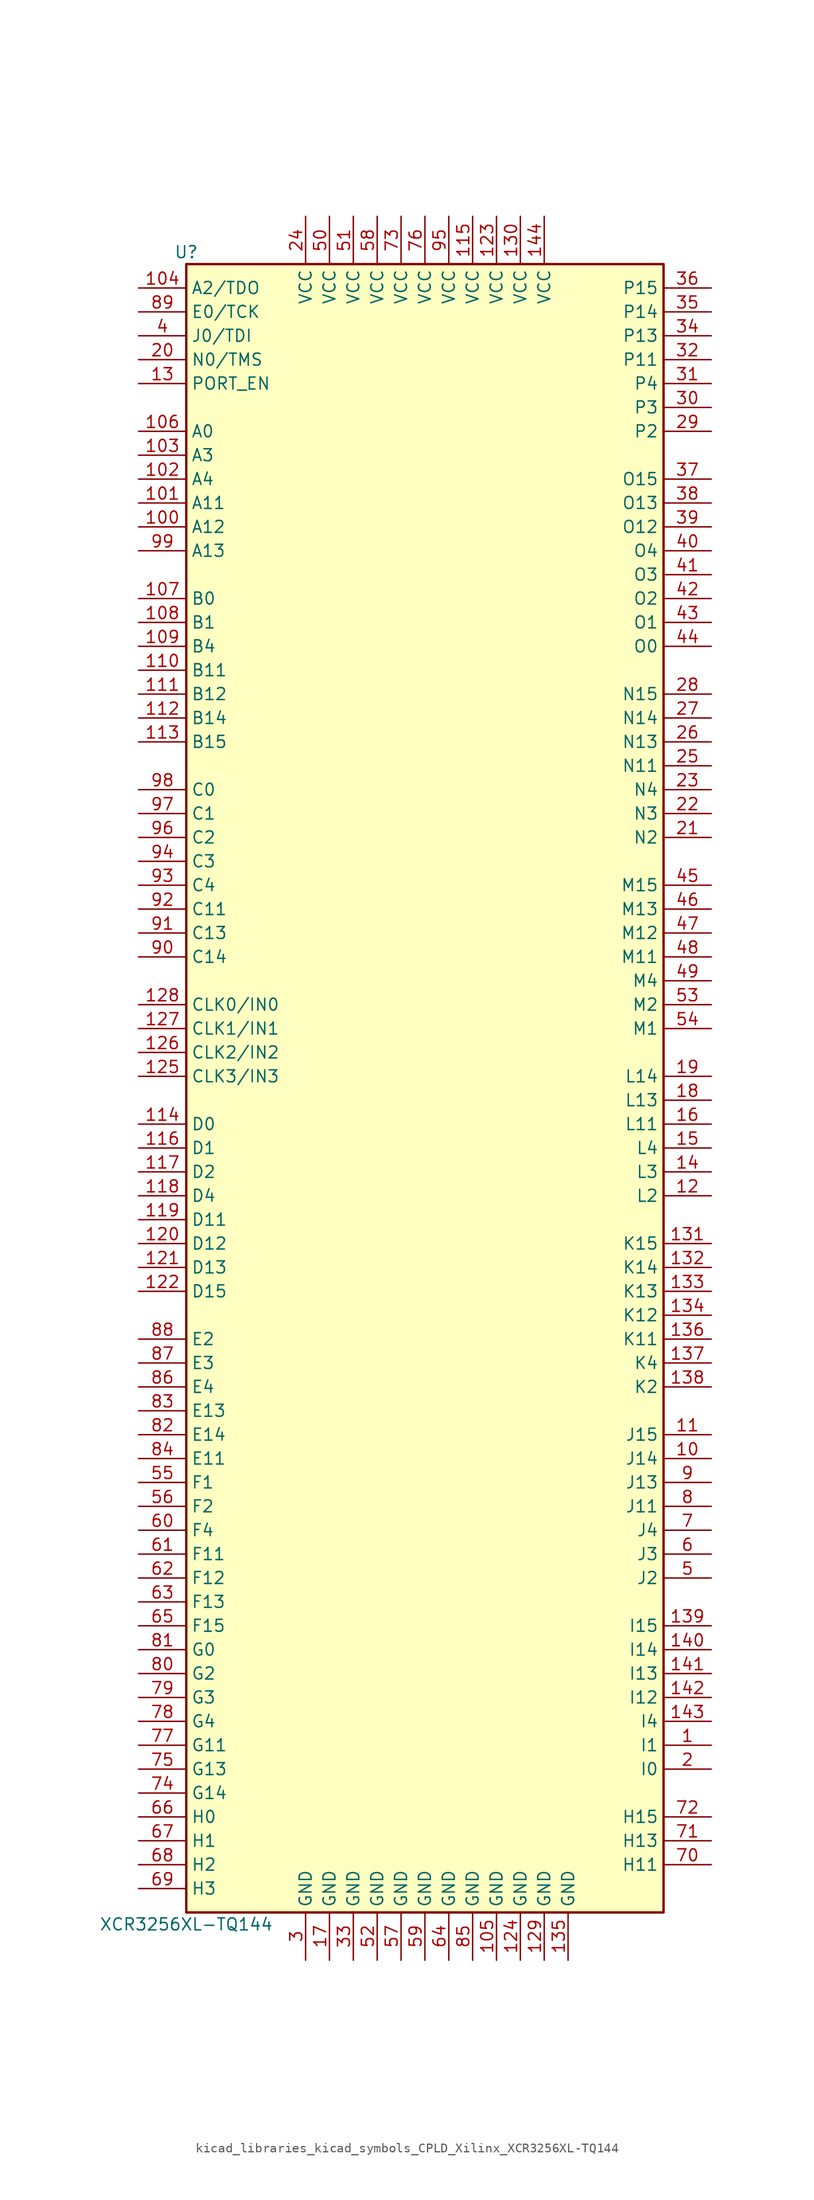
<source format=kicad_sym>
(kicad_symbol_lib
  (version 20220914)
  (generator kicad_symbol_editor)
  (symbol "kicad_libraries_kicad_symbols_CPLD_Xilinx_XCR3256XL-TQ144"
    (property "Reference" "U"
      (at -25.4 87.63 0)
      (effects (font (size 1.27 1.27))))
    (property "Value" "XCR3256XL-TQ144"
      (at -25.4 -90.17 0)
      (effects (font (size 1.27 1.27))))
    (symbol "kicad_libraries_kicad_symbols_CPLD_Xilinx_XCR3256XL-TQ144_1_1"
      (rectangle (start -25.4 86.36) (end 25.4 -88.9) (stroke (width 0.254) (type default)) (fill (type background)))
      (pin passive line (at 30.48 -71.12 180) (length 5.08) (name "I1" (effects (font (size 1.27 1.27)))) (number "1" (effects (font (size 1.27 1.27)))))
      (pin passive line (at 30.48 -40.64 180) (length 5.08) (name "J14" (effects (font (size 1.27 1.27)))) (number "10" (effects (font (size 1.27 1.27)))))
      (pin passive line (at -30.48 58.42 0) (length 5.08) (name "A12" (effects (font (size 1.27 1.27)))) (number "100" (effects (font (size 1.27 1.27)))))
      (pin passive line (at -30.48 60.96 0) (length 5.08) (name "A11" (effects (font (size 1.27 1.27)))) (number "101" (effects (font (size 1.27 1.27)))))
      (pin passive line (at -30.48 63.5 0) (length 5.08) (name "A4" (effects (font (size 1.27 1.27)))) (number "102" (effects (font (size 1.27 1.27)))))
      (pin passive line (at -30.48 66.04 0) (length 5.08) (name "A3" (effects (font (size 1.27 1.27)))) (number "103" (effects (font (size 1.27 1.27)))))
      (pin passive line (at -30.48 83.82 0) (length 5.08) (name "A2/TDO" (effects (font (size 1.27 1.27)))) (number "104" (effects (font (size 1.27 1.27)))))
      (pin power_in line (at 7.62 -93.98 90) (length 5.08) (name "GND" (effects (font (size 1.27 1.27)))) (number "105" (effects (font (size 1.27 1.27)))))
      (pin passive line (at -30.48 68.58 0) (length 5.08) (name "A0" (effects (font (size 1.27 1.27)))) (number "106" (effects (font (size 1.27 1.27)))))
      (pin passive line (at -30.48 50.8 0) (length 5.08) (name "B0" (effects (font (size 1.27 1.27)))) (number "107" (effects (font (size 1.27 1.27)))))
      (pin passive line (at -30.48 48.26 0) (length 5.08) (name "B1" (effects (font (size 1.27 1.27)))) (number "108" (effects (font (size 1.27 1.27)))))
      (pin passive line (at -30.48 45.72 0) (length 5.08) (name "B4" (effects (font (size 1.27 1.27)))) (number "109" (effects (font (size 1.27 1.27)))))
      (pin passive line (at 30.48 -38.1 180) (length 5.08) (name "J15" (effects (font (size 1.27 1.27)))) (number "11" (effects (font (size 1.27 1.27)))))
      (pin passive line (at -30.48 43.18 0) (length 5.08) (name "B11" (effects (font (size 1.27 1.27)))) (number "110" (effects (font (size 1.27 1.27)))))
      (pin passive line (at -30.48 40.64 0) (length 5.08) (name "B12" (effects (font (size 1.27 1.27)))) (number "111" (effects (font (size 1.27 1.27)))))
      (pin passive line (at -30.48 38.1 0) (length 5.08) (name "B14" (effects (font (size 1.27 1.27)))) (number "112" (effects (font (size 1.27 1.27)))))
      (pin passive line (at -30.48 35.56 0) (length 5.08) (name "B15" (effects (font (size 1.27 1.27)))) (number "113" (effects (font (size 1.27 1.27)))))
      (pin passive line (at -30.48 -5.08 0) (length 5.08) (name "D0" (effects (font (size 1.27 1.27)))) (number "114" (effects (font (size 1.27 1.27)))))
      (pin power_in line (at 5.08 91.44 270) (length 5.08) (name "VCC" (effects (font (size 1.27 1.27)))) (number "115" (effects (font (size 1.27 1.27)))))
      (pin passive line (at -30.48 -7.62 0) (length 5.08) (name "D1" (effects (font (size 1.27 1.27)))) (number "116" (effects (font (size 1.27 1.27)))))
      (pin passive line (at -30.48 -10.16 0) (length 5.08) (name "D2" (effects (font (size 1.27 1.27)))) (number "117" (effects (font (size 1.27 1.27)))))
      (pin passive line (at -30.48 -12.7 0) (length 5.08) (name "D4" (effects (font (size 1.27 1.27)))) (number "118" (effects (font (size 1.27 1.27)))))
      (pin passive line (at -30.48 -15.24 0) (length 5.08) (name "D11" (effects (font (size 1.27 1.27)))) (number "119" (effects (font (size 1.27 1.27)))))
      (pin passive line (at 30.48 -12.7 180) (length 5.08) (name "L2" (effects (font (size 1.27 1.27)))) (number "12" (effects (font (size 1.27 1.27)))))
      (pin passive line (at -30.48 -17.78 0) (length 5.08) (name "D12" (effects (font (size 1.27 1.27)))) (number "120" (effects (font (size 1.27 1.27)))))
      (pin passive line (at -30.48 -20.32 0) (length 5.08) (name "D13" (effects (font (size 1.27 1.27)))) (number "121" (effects (font (size 1.27 1.27)))))
      (pin passive line (at -30.48 -22.86 0) (length 5.08) (name "D15" (effects (font (size 1.27 1.27)))) (number "122" (effects (font (size 1.27 1.27)))))
      (pin power_in line (at 7.62 91.44 270) (length 5.08) (name "VCC" (effects (font (size 1.27 1.27)))) (number "123" (effects (font (size 1.27 1.27)))))
      (pin power_in line (at 10.16 -93.98 90) (length 5.08) (name "GND" (effects (font (size 1.27 1.27)))) (number "124" (effects (font (size 1.27 1.27)))))
      (pin input line (at -30.48 0 0) (length 5.08) (name "CLK3/IN3" (effects (font (size 1.27 1.27)))) (number "125" (effects (font (size 1.27 1.27)))))
      (pin input line (at -30.48 2.54 0) (length 5.08) (name "CLK2/IN2" (effects (font (size 1.27 1.27)))) (number "126" (effects (font (size 1.27 1.27)))))
      (pin input line (at -30.48 5.08 0) (length 5.08) (name "CLK1/IN1" (effects (font (size 1.27 1.27)))) (number "127" (effects (font (size 1.27 1.27)))))
      (pin input line (at -30.48 7.62 0) (length 5.08) (name "CLK0/IN0" (effects (font (size 1.27 1.27)))) (number "128" (effects (font (size 1.27 1.27)))))
      (pin power_in line (at 12.7 -93.98 90) (length 5.08) (name "GND" (effects (font (size 1.27 1.27)))) (number "129" (effects (font (size 1.27 1.27)))))
      (pin passive line (at -30.48 73.66 0) (length 5.08) (name "PORT_EN" (effects (font (size 1.27 1.27)))) (number "13" (effects (font (size 1.27 1.27)))))
      (pin power_in line (at 10.16 91.44 270) (length 5.08) (name "VCC" (effects (font (size 1.27 1.27)))) (number "130" (effects (font (size 1.27 1.27)))))
      (pin passive line (at 30.48 -17.78 180) (length 5.08) (name "K15" (effects (font (size 1.27 1.27)))) (number "131" (effects (font (size 1.27 1.27)))))
      (pin passive line (at 30.48 -20.32 180) (length 5.08) (name "K14" (effects (font (size 1.27 1.27)))) (number "132" (effects (font (size 1.27 1.27)))))
      (pin passive line (at 30.48 -22.86 180) (length 5.08) (name "K13" (effects (font (size 1.27 1.27)))) (number "133" (effects (font (size 1.27 1.27)))))
      (pin passive line (at 30.48 -25.4 180) (length 5.08) (name "K12" (effects (font (size 1.27 1.27)))) (number "134" (effects (font (size 1.27 1.27)))))
      (pin power_in line (at 15.24 -93.98 90) (length 5.08) (name "GND" (effects (font (size 1.27 1.27)))) (number "135" (effects (font (size 1.27 1.27)))))
      (pin passive line (at 30.48 -27.94 180) (length 5.08) (name "K11" (effects (font (size 1.27 1.27)))) (number "136" (effects (font (size 1.27 1.27)))))
      (pin passive line (at 30.48 -30.48 180) (length 5.08) (name "K4" (effects (font (size 1.27 1.27)))) (number "137" (effects (font (size 1.27 1.27)))))
      (pin passive line (at 30.48 -33.02 180) (length 5.08) (name "K2" (effects (font (size 1.27 1.27)))) (number "138" (effects (font (size 1.27 1.27)))))
      (pin passive line (at 30.48 -58.42 180) (length 5.08) (name "I15" (effects (font (size 1.27 1.27)))) (number "139" (effects (font (size 1.27 1.27)))))
      (pin passive line (at 30.48 -10.16 180) (length 5.08) (name "L3" (effects (font (size 1.27 1.27)))) (number "14" (effects (font (size 1.27 1.27)))))
      (pin passive line (at 30.48 -60.96 180) (length 5.08) (name "I14" (effects (font (size 1.27 1.27)))) (number "140" (effects (font (size 1.27 1.27)))))
      (pin passive line (at 30.48 -63.5 180) (length 5.08) (name "I13" (effects (font (size 1.27 1.27)))) (number "141" (effects (font (size 1.27 1.27)))))
      (pin passive line (at 30.48 -66.04 180) (length 5.08) (name "I12" (effects (font (size 1.27 1.27)))) (number "142" (effects (font (size 1.27 1.27)))))
      (pin passive line (at 30.48 -68.58 180) (length 5.08) (name "I4" (effects (font (size 1.27 1.27)))) (number "143" (effects (font (size 1.27 1.27)))))
      (pin power_in line (at 12.7 91.44 270) (length 5.08) (name "VCC" (effects (font (size 1.27 1.27)))) (number "144" (effects (font (size 1.27 1.27)))))
      (pin passive line (at 30.48 -7.62 180) (length 5.08) (name "L4" (effects (font (size 1.27 1.27)))) (number "15" (effects (font (size 1.27 1.27)))))
      (pin passive line (at 30.48 -5.08 180) (length 5.08) (name "L11" (effects (font (size 1.27 1.27)))) (number "16" (effects (font (size 1.27 1.27)))))
      (pin power_in line (at -10.16 -93.98 90) (length 5.08) (name "GND" (effects (font (size 1.27 1.27)))) (number "17" (effects (font (size 1.27 1.27)))))
      (pin passive line (at 30.48 -2.54 180) (length 5.08) (name "L13" (effects (font (size 1.27 1.27)))) (number "18" (effects (font (size 1.27 1.27)))))
      (pin passive line (at 30.48 0 180) (length 5.08) (name "L14" (effects (font (size 1.27 1.27)))) (number "19" (effects (font (size 1.27 1.27)))))
      (pin passive line (at 30.48 -73.66 180) (length 5.08) (name "I0" (effects (font (size 1.27 1.27)))) (number "2" (effects (font (size 1.27 1.27)))))
      (pin passive line (at -30.48 76.2 0) (length 5.08) (name "N0/TMS" (effects (font (size 1.27 1.27)))) (number "20" (effects (font (size 1.27 1.27)))))
      (pin passive line (at 30.48 25.4 180) (length 5.08) (name "N2" (effects (font (size 1.27 1.27)))) (number "21" (effects (font (size 1.27 1.27)))))
      (pin passive line (at 30.48 27.94 180) (length 5.08) (name "N3" (effects (font (size 1.27 1.27)))) (number "22" (effects (font (size 1.27 1.27)))))
      (pin passive line (at 30.48 30.48 180) (length 5.08) (name "N4" (effects (font (size 1.27 1.27)))) (number "23" (effects (font (size 1.27 1.27)))))
      (pin power_in line (at -12.7 91.44 270) (length 5.08) (name "VCC" (effects (font (size 1.27 1.27)))) (number "24" (effects (font (size 1.27 1.27)))))
      (pin passive line (at 30.48 33.02 180) (length 5.08) (name "N11" (effects (font (size 1.27 1.27)))) (number "25" (effects (font (size 1.27 1.27)))))
      (pin passive line (at 30.48 35.56 180) (length 5.08) (name "N13" (effects (font (size 1.27 1.27)))) (number "26" (effects (font (size 1.27 1.27)))))
      (pin passive line (at 30.48 38.1 180) (length 5.08) (name "N14" (effects (font (size 1.27 1.27)))) (number "27" (effects (font (size 1.27 1.27)))))
      (pin passive line (at 30.48 40.64 180) (length 5.08) (name "N15" (effects (font (size 1.27 1.27)))) (number "28" (effects (font (size 1.27 1.27)))))
      (pin passive line (at 30.48 68.58 180) (length 5.08) (name "P2" (effects (font (size 1.27 1.27)))) (number "29" (effects (font (size 1.27 1.27)))))
      (pin power_in line (at -12.7 -93.98 90) (length 5.08) (name "GND" (effects (font (size 1.27 1.27)))) (number "3" (effects (font (size 1.27 1.27)))))
      (pin passive line (at 30.48 71.12 180) (length 5.08) (name "P3" (effects (font (size 1.27 1.27)))) (number "30" (effects (font (size 1.27 1.27)))))
      (pin passive line (at 30.48 73.66 180) (length 5.08) (name "P4" (effects (font (size 1.27 1.27)))) (number "31" (effects (font (size 1.27 1.27)))))
      (pin passive line (at 30.48 76.2 180) (length 5.08) (name "P11" (effects (font (size 1.27 1.27)))) (number "32" (effects (font (size 1.27 1.27)))))
      (pin power_in line (at -7.62 -93.98 90) (length 5.08) (name "GND" (effects (font (size 1.27 1.27)))) (number "33" (effects (font (size 1.27 1.27)))))
      (pin passive line (at 30.48 78.74 180) (length 5.08) (name "P13" (effects (font (size 1.27 1.27)))) (number "34" (effects (font (size 1.27 1.27)))))
      (pin passive line (at 30.48 81.28 180) (length 5.08) (name "P14" (effects (font (size 1.27 1.27)))) (number "35" (effects (font (size 1.27 1.27)))))
      (pin passive line (at 30.48 83.82 180) (length 5.08) (name "P15" (effects (font (size 1.27 1.27)))) (number "36" (effects (font (size 1.27 1.27)))))
      (pin passive line (at 30.48 63.5 180) (length 5.08) (name "O15" (effects (font (size 1.27 1.27)))) (number "37" (effects (font (size 1.27 1.27)))))
      (pin passive line (at 30.48 60.96 180) (length 5.08) (name "O13" (effects (font (size 1.27 1.27)))) (number "38" (effects (font (size 1.27 1.27)))))
      (pin passive line (at 30.48 58.42 180) (length 5.08) (name "O12" (effects (font (size 1.27 1.27)))) (number "39" (effects (font (size 1.27 1.27)))))
      (pin passive line (at -30.48 78.74 0) (length 5.08) (name "J0/TDI" (effects (font (size 1.27 1.27)))) (number "4" (effects (font (size 1.27 1.27)))))
      (pin passive line (at 30.48 55.88 180) (length 5.08) (name "O4" (effects (font (size 1.27 1.27)))) (number "40" (effects (font (size 1.27 1.27)))))
      (pin passive line (at 30.48 53.34 180) (length 5.08) (name "O3" (effects (font (size 1.27 1.27)))) (number "41" (effects (font (size 1.27 1.27)))))
      (pin passive line (at 30.48 50.8 180) (length 5.08) (name "O2" (effects (font (size 1.27 1.27)))) (number "42" (effects (font (size 1.27 1.27)))))
      (pin passive line (at 30.48 48.26 180) (length 5.08) (name "O1" (effects (font (size 1.27 1.27)))) (number "43" (effects (font (size 1.27 1.27)))))
      (pin passive line (at 30.48 45.72 180) (length 5.08) (name "O0" (effects (font (size 1.27 1.27)))) (number "44" (effects (font (size 1.27 1.27)))))
      (pin passive line (at 30.48 20.32 180) (length 5.08) (name "M15" (effects (font (size 1.27 1.27)))) (number "45" (effects (font (size 1.27 1.27)))))
      (pin passive line (at 30.48 17.78 180) (length 5.08) (name "M13" (effects (font (size 1.27 1.27)))) (number "46" (effects (font (size 1.27 1.27)))))
      (pin passive line (at 30.48 15.24 180) (length 5.08) (name "M12" (effects (font (size 1.27 1.27)))) (number "47" (effects (font (size 1.27 1.27)))))
      (pin passive line (at 30.48 12.7 180) (length 5.08) (name "M11" (effects (font (size 1.27 1.27)))) (number "48" (effects (font (size 1.27 1.27)))))
      (pin passive line (at 30.48 10.16 180) (length 5.08) (name "M4" (effects (font (size 1.27 1.27)))) (number "49" (effects (font (size 1.27 1.27)))))
      (pin passive line (at 30.48 -53.34 180) (length 5.08) (name "J2" (effects (font (size 1.27 1.27)))) (number "5" (effects (font (size 1.27 1.27)))))
      (pin power_in line (at -10.16 91.44 270) (length 5.08) (name "VCC" (effects (font (size 1.27 1.27)))) (number "50" (effects (font (size 1.27 1.27)))))
      (pin power_in line (at -7.62 91.44 270) (length 5.08) (name "VCC" (effects (font (size 1.27 1.27)))) (number "51" (effects (font (size 1.27 1.27)))))
      (pin power_in line (at -5.08 -93.98 90) (length 5.08) (name "GND" (effects (font (size 1.27 1.27)))) (number "52" (effects (font (size 1.27 1.27)))))
      (pin passive line (at 30.48 7.62 180) (length 5.08) (name "M2" (effects (font (size 1.27 1.27)))) (number "53" (effects (font (size 1.27 1.27)))))
      (pin passive line (at 30.48 5.08 180) (length 5.08) (name "M1" (effects (font (size 1.27 1.27)))) (number "54" (effects (font (size 1.27 1.27)))))
      (pin passive line (at -30.48 -43.18 0) (length 5.08) (name "F1" (effects (font (size 1.27 1.27)))) (number "55" (effects (font (size 1.27 1.27)))))
      (pin passive line (at -30.48 -45.72 0) (length 5.08) (name "F2" (effects (font (size 1.27 1.27)))) (number "56" (effects (font (size 1.27 1.27)))))
      (pin power_in line (at -2.54 -93.98 90) (length 5.08) (name "GND" (effects (font (size 1.27 1.27)))) (number "57" (effects (font (size 1.27 1.27)))))
      (pin power_in line (at -5.08 91.44 270) (length 5.08) (name "VCC" (effects (font (size 1.27 1.27)))) (number "58" (effects (font (size 1.27 1.27)))))
      (pin power_in line (at 0 -93.98 90) (length 5.08) (name "GND" (effects (font (size 1.27 1.27)))) (number "59" (effects (font (size 1.27 1.27)))))
      (pin passive line (at 30.48 -50.8 180) (length 5.08) (name "J3" (effects (font (size 1.27 1.27)))) (number "6" (effects (font (size 1.27 1.27)))))
      (pin passive line (at -30.48 -48.26 0) (length 5.08) (name "F4" (effects (font (size 1.27 1.27)))) (number "60" (effects (font (size 1.27 1.27)))))
      (pin passive line (at -30.48 -50.8 0) (length 5.08) (name "F11" (effects (font (size 1.27 1.27)))) (number "61" (effects (font (size 1.27 1.27)))))
      (pin passive line (at -30.48 -53.34 0) (length 5.08) (name "F12" (effects (font (size 1.27 1.27)))) (number "62" (effects (font (size 1.27 1.27)))))
      (pin passive line (at -30.48 -55.88 0) (length 5.08) (name "F13" (effects (font (size 1.27 1.27)))) (number "63" (effects (font (size 1.27 1.27)))))
      (pin power_in line (at 2.54 -93.98 90) (length 5.08) (name "GND" (effects (font (size 1.27 1.27)))) (number "64" (effects (font (size 1.27 1.27)))))
      (pin passive line (at -30.48 -58.42 0) (length 5.08) (name "F15" (effects (font (size 1.27 1.27)))) (number "65" (effects (font (size 1.27 1.27)))))
      (pin passive line (at -30.48 -78.74 0) (length 5.08) (name "H0" (effects (font (size 1.27 1.27)))) (number "66" (effects (font (size 1.27 1.27)))))
      (pin passive line (at -30.48 -81.28 0) (length 5.08) (name "H1" (effects (font (size 1.27 1.27)))) (number "67" (effects (font (size 1.27 1.27)))))
      (pin passive line (at -30.48 -83.82 0) (length 5.08) (name "H2" (effects (font (size 1.27 1.27)))) (number "68" (effects (font (size 1.27 1.27)))))
      (pin passive line (at -30.48 -86.36 0) (length 5.08) (name "H3" (effects (font (size 1.27 1.27)))) (number "69" (effects (font (size 1.27 1.27)))))
      (pin passive line (at 30.48 -48.26 180) (length 5.08) (name "J4" (effects (font (size 1.27 1.27)))) (number "7" (effects (font (size 1.27 1.27)))))
      (pin passive line (at 30.48 -83.82 180) (length 5.08) (name "H11" (effects (font (size 1.27 1.27)))) (number "70" (effects (font (size 1.27 1.27)))))
      (pin passive line (at 30.48 -81.28 180) (length 5.08) (name "H13" (effects (font (size 1.27 1.27)))) (number "71" (effects (font (size 1.27 1.27)))))
      (pin passive line (at 30.48 -78.74 180) (length 5.08) (name "H15" (effects (font (size 1.27 1.27)))) (number "72" (effects (font (size 1.27 1.27)))))
      (pin power_in line (at -2.54 91.44 270) (length 5.08) (name "VCC" (effects (font (size 1.27 1.27)))) (number "73" (effects (font (size 1.27 1.27)))))
      (pin passive line (at -30.48 -76.2 0) (length 5.08) (name "G14" (effects (font (size 1.27 1.27)))) (number "74" (effects (font (size 1.27 1.27)))))
      (pin passive line (at -30.48 -73.66 0) (length 5.08) (name "G13" (effects (font (size 1.27 1.27)))) (number "75" (effects (font (size 1.27 1.27)))))
      (pin power_in line (at 0 91.44 270) (length 5.08) (name "VCC" (effects (font (size 1.27 1.27)))) (number "76" (effects (font (size 1.27 1.27)))))
      (pin passive line (at -30.48 -71.12 0) (length 5.08) (name "G11" (effects (font (size 1.27 1.27)))) (number "77" (effects (font (size 1.27 1.27)))))
      (pin passive line (at -30.48 -68.58 0) (length 5.08) (name "G4" (effects (font (size 1.27 1.27)))) (number "78" (effects (font (size 1.27 1.27)))))
      (pin passive line (at -30.48 -66.04 0) (length 5.08) (name "G3" (effects (font (size 1.27 1.27)))) (number "79" (effects (font (size 1.27 1.27)))))
      (pin passive line (at 30.48 -45.72 180) (length 5.08) (name "J11" (effects (font (size 1.27 1.27)))) (number "8" (effects (font (size 1.27 1.27)))))
      (pin passive line (at -30.48 -63.5 0) (length 5.08) (name "G2" (effects (font (size 1.27 1.27)))) (number "80" (effects (font (size 1.27 1.27)))))
      (pin input line (at -30.48 -60.96 0) (length 5.08) (name "G0" (effects (font (size 1.27 1.27)))) (number "81" (effects (font (size 1.27 1.27)))))
      (pin passive line (at -30.48 -38.1 0) (length 5.08) (name "E14" (effects (font (size 1.27 1.27)))) (number "82" (effects (font (size 1.27 1.27)))))
      (pin passive line (at -30.48 -35.56 0) (length 5.08) (name "E13" (effects (font (size 1.27 1.27)))) (number "83" (effects (font (size 1.27 1.27)))))
      (pin passive line (at -30.48 -40.64 0) (length 5.08) (name "E11" (effects (font (size 1.27 1.27)))) (number "84" (effects (font (size 1.27 1.27)))))
      (pin power_in line (at 5.08 -93.98 90) (length 5.08) (name "GND" (effects (font (size 1.27 1.27)))) (number "85" (effects (font (size 1.27 1.27)))))
      (pin passive line (at -30.48 -33.02 0) (length 5.08) (name "E4" (effects (font (size 1.27 1.27)))) (number "86" (effects (font (size 1.27 1.27)))))
      (pin passive line (at -30.48 -30.48 0) (length 5.08) (name "E3" (effects (font (size 1.27 1.27)))) (number "87" (effects (font (size 1.27 1.27)))))
      (pin passive line (at -30.48 -27.94 0) (length 5.08) (name "E2" (effects (font (size 1.27 1.27)))) (number "88" (effects (font (size 1.27 1.27)))))
      (pin passive line (at -30.48 81.28 0) (length 5.08) (name "E0/TCK" (effects (font (size 1.27 1.27)))) (number "89" (effects (font (size 1.27 1.27)))))
      (pin passive line (at 30.48 -43.18 180) (length 5.08) (name "J13" (effects (font (size 1.27 1.27)))) (number "9" (effects (font (size 1.27 1.27)))))
      (pin passive line (at -30.48 12.7 0) (length 5.08) (name "C14" (effects (font (size 1.27 1.27)))) (number "90" (effects (font (size 1.27 1.27)))))
      (pin passive line (at -30.48 15.24 0) (length 5.08) (name "C13" (effects (font (size 1.27 1.27)))) (number "91" (effects (font (size 1.27 1.27)))))
      (pin passive line (at -30.48 17.78 0) (length 5.08) (name "C11" (effects (font (size 1.27 1.27)))) (number "92" (effects (font (size 1.27 1.27)))))
      (pin passive line (at -30.48 20.32 0) (length 5.08) (name "C4" (effects (font (size 1.27 1.27)))) (number "93" (effects (font (size 1.27 1.27)))))
      (pin passive line (at -30.48 22.86 0) (length 5.08) (name "C3" (effects (font (size 1.27 1.27)))) (number "94" (effects (font (size 1.27 1.27)))))
      (pin power_in line (at 2.54 91.44 270) (length 5.08) (name "VCC" (effects (font (size 1.27 1.27)))) (number "95" (effects (font (size 1.27 1.27)))))
      (pin passive line (at -30.48 25.4 0) (length 5.08) (name "C2" (effects (font (size 1.27 1.27)))) (number "96" (effects (font (size 1.27 1.27)))))
      (pin passive line (at -30.48 27.94 0) (length 5.08) (name "C1" (effects (font (size 1.27 1.27)))) (number "97" (effects (font (size 1.27 1.27)))))
      (pin passive line (at -30.48 30.48 0) (length 5.08) (name "C0" (effects (font (size 1.27 1.27)))) (number "98" (effects (font (size 1.27 1.27)))))
      (pin passive line (at -30.48 55.88 0) (length 5.08) (name "A13" (effects (font (size 1.27 1.27)))) (number "99" (effects (font (size 1.27 1.27))))))))
</source>
